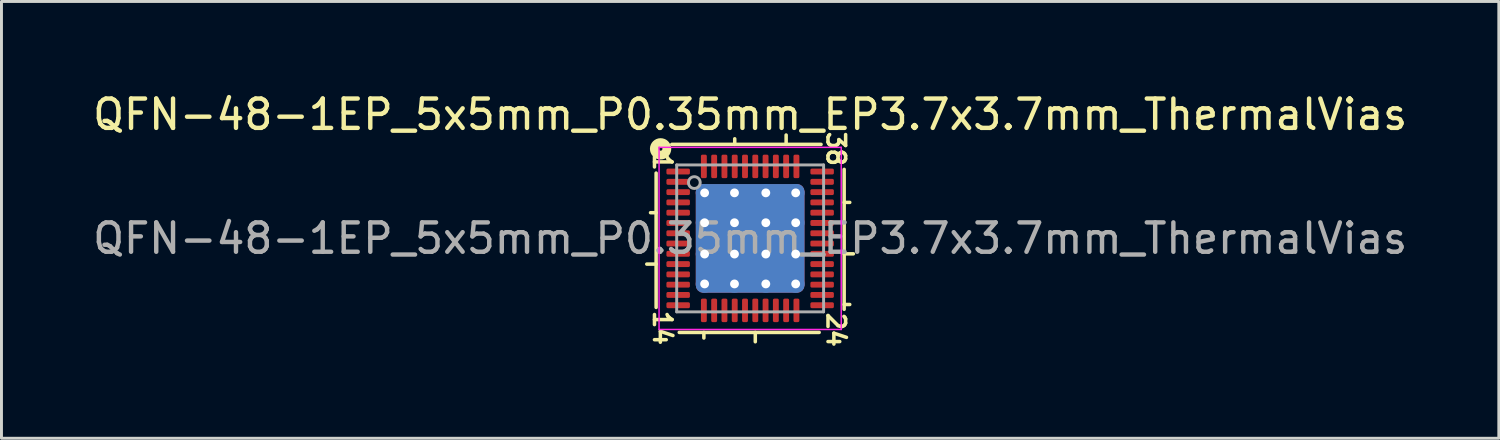
<source format=kicad_pcb>
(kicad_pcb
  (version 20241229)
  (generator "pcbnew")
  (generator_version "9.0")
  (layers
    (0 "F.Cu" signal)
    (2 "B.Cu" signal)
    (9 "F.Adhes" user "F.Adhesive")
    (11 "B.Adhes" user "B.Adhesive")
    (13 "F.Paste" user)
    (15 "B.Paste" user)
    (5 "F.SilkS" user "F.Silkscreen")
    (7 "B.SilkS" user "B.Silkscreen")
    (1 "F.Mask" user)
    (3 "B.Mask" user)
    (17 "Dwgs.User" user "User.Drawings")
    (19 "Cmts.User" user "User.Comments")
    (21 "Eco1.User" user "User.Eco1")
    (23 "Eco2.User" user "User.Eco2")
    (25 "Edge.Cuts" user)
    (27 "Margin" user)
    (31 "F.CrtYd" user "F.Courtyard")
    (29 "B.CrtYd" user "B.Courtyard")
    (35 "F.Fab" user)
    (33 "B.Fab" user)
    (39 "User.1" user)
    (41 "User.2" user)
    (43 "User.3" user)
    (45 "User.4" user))
  (footprint "QFN-48-1EP_5x5mm_P0.35mm_EP3.7x3.7mm_ThermalVias"
    (layer "F.Cu")
    (at 22.482 5.064)
    (property "Reference" "QFN-48-1EP_5x5mm_P0.35mm_EP3.7x3.7mm_ThermalVias" (at 0 -4.216 0) (layer "F.SilkS") (effects (font (size 1 1) (thickness 0.15))))
    (attr smd)
    (fp_line (start -3.2 -2.223) (end -3.2 2.349) (stroke (width 0.12) (type solid)) (layer "F.SilkS"))
    (fp_line (start -3.2 -0.875) (end -3.39 -0.875) (stroke (width 0.12) (type solid)) (layer "F.SilkS"))
    (fp_line (start -3.2 0.875) (end -3.518 0.875) (stroke (width 0.12) (type solid)) (layer "F.SilkS"))
    (fp_line (start -2.413 3.2) (end 2.349 3.2) (stroke (width 0.12) (type solid)) (layer "F.SilkS"))
    (fp_line (start -1.575 3.2) (end -1.575 3.39) (stroke (width 0.12) (type solid)) (layer "F.SilkS"))
    (fp_line (start -0.525 -3.2) (end -0.525 -3.39) (stroke (width 0.12) (type solid)) (layer "F.SilkS"))
    (fp_line (start 0.175 3.2) (end 0.175 3.518) (stroke (width 0.12) (type solid)) (layer "F.SilkS"))
    (fp_line (start 1.225 -3.2) (end 1.225 -3.518) (stroke (width 0.12) (type solid)) (layer "F.SilkS"))
    (fp_line (start 2.413 -3.2) (end -2.667 -3.2) (stroke (width 0.12) (type solid)) (layer "F.SilkS"))
    (fp_line (start 3.2 -1.225) (end 3.39 -1.225) (stroke (width 0.12) (type solid)) (layer "F.SilkS"))
    (fp_line (start 3.2 0.525) (end 3.514 0.525) (stroke (width 0.12) (type solid)) (layer "F.SilkS"))
    (fp_line (start 3.2 2.25) (end 3.39 2.25) (stroke (width 0.12) (type solid)) (layer "F.SilkS"))
    (fp_line (start 3.2 2.413) (end 3.2 -2.349) (stroke (width 0.12) (type solid)) (layer "F.SilkS"))
    (fp_circle (center -3.048 -3.048) (end -2.985 -3.048) (stroke (width 0.3) (type solid)) (fill no) (layer "F.SilkS"))
    (fp_line (start -3.1 -3.1) (end -3.1 3.1) (stroke (width 0.05) (type solid)) (layer "F.CrtYd"))
    (fp_line (start -3.1 3.1) (end 3.1 3.1) (stroke (width 0.05) (type solid)) (layer "F.CrtYd"))
    (fp_line (start 3.1 -3.1) (end -3.1 -3.1) (stroke (width 0.05) (type solid)) (layer "F.CrtYd"))
    (fp_line (start 3.1 3.1) (end 3.1 -3.1) (stroke (width 0.05) (type solid)) (layer "F.CrtYd"))
    (fp_line (start -2.5 -2.5) (end 2.5 -2.5) (stroke (width 0.1) (type solid)) (layer "F.Fab"))
    (fp_line (start -2.5 2.5) (end -2.5 -2.5) (stroke (width 0.1) (type solid)) (layer "F.Fab"))
    (fp_line (start 2.5 -2.5) (end 2.5 2.5) (stroke (width 0.1) (type solid)) (layer "F.Fab"))
    (fp_line (start 2.5 2.5) (end -2.5 2.5) (stroke (width 0.1) (type solid)) (layer "F.Fab"))
    (fp_circle (center -1.9 -1.9) (end -1.7 -1.9) (stroke (width 0.1) (type solid)) (fill no) (layer "F.Fab"))
    (fp_text user "14" (at -2.985 3.048 270) (unlocked yes) (layer "F.SilkS") (effects (font (size 0.6 0.6) (thickness 0.12))))
    (fp_text user "24" (at 2.921 3.111 270) (unlocked yes) (layer "F.SilkS") (effects (font (size 0.6 0.6) (thickness 0.12))))
    (fp_text user "1" (at -2.985 -2.603 270) (unlocked yes) (layer "F.SilkS") (effects (font (size 0.6 0.6) (thickness 0.12))))
    (fp_text user "38" (at 2.921 -3.048 270) (unlocked yes) (layer "F.SilkS") (effects (font (size 0.6 0.6) (thickness 0.12))))
    (fp_text user "${REFERENCE}" (at 0 0 0) (layer "F.Fab") (effects (font (size 1 1) (thickness 0.15))))
    (pad "" smd custom (at -1.067 -1.067) (size 0.834 0.834) (layers "F.Paste") (options (anchor circle)) (primitives (gr_poly (pts (xy 0.356 -0.256) (xy 0.356 0.256) (xy 0.256 0.356) (xy -0.256 0.356) (xy -0.356 0.256) (xy -0.356 -0.256) (xy -0.256 -0.356) (xy 0.256 -0.356)) (width 0.243) (fill yes))))
    (pad "" smd custom (at -1.067 0) (size 0.834 0.834) (layers "F.Paste") (options (anchor circle)) (primitives (gr_poly (pts (xy 0.356 -0.256) (xy 0.356 0.256) (xy 0.256 0.356) (xy -0.256 0.356) (xy -0.356 0.256) (xy -0.356 -0.256) (xy -0.256 -0.356) (xy 0.256 -0.356)) (width 0.243) (fill yes))))
    (pad "" smd custom (at -1.067 1.067) (size 0.834 0.834) (layers "F.Paste") (options (anchor circle)) (primitives (gr_poly (pts (xy 0.356 -0.256) (xy 0.356 0.256) (xy 0.256 0.356) (xy -0.256 0.356) (xy -0.356 0.256) (xy -0.356 -0.256) (xy -0.256 -0.356) (xy 0.256 -0.356)) (width 0.243) (fill yes))))
    (pad "" smd custom (at 0 -1.067) (size 0.834 0.834) (layers "F.Paste") (options (anchor circle)) (primitives (gr_poly (pts (xy 0.356 -0.256) (xy 0.356 0.256) (xy 0.256 0.356) (xy -0.256 0.356) (xy -0.356 0.256) (xy -0.356 -0.256) (xy -0.256 -0.356) (xy 0.256 -0.356)) (width 0.243) (fill yes))))
    (pad "" smd custom (at 0 0) (size 0.834 0.834) (layers "F.Paste") (options (anchor circle)) (primitives (gr_poly (pts (xy 0.356 -0.256) (xy 0.356 0.256) (xy 0.256 0.356) (xy -0.256 0.356) (xy -0.356 0.256) (xy -0.356 -0.256) (xy -0.256 -0.356) (xy 0.256 -0.356)) (width 0.243) (fill yes))))
    (pad "" smd custom (at 0 1.067) (size 0.834 0.834) (layers "F.Paste") (options (anchor circle)) (primitives (gr_poly (pts (xy 0.356 -0.256) (xy 0.356 0.256) (xy 0.256 0.356) (xy -0.256 0.356) (xy -0.356 0.256) (xy -0.356 -0.256) (xy -0.256 -0.356) (xy 0.256 -0.356)) (width 0.243) (fill yes))))
    (pad "" smd custom (at 1.067 -1.067) (size 0.834 0.834) (layers "F.Paste") (options (anchor circle)) (primitives (gr_poly (pts (xy 0.356 -0.256) (xy 0.356 0.256) (xy 0.256 0.356) (xy -0.256 0.356) (xy -0.356 0.256) (xy -0.356 -0.256) (xy -0.256 -0.356) (xy 0.256 -0.356)) (width 0.243) (fill yes))))
    (pad "" smd custom (at 1.067 0) (size 0.834 0.834) (layers "F.Paste") (options (anchor circle)) (primitives (gr_poly (pts (xy 0.356 -0.256) (xy 0.356 0.256) (xy 0.256 0.356) (xy -0.256 0.356) (xy -0.356 0.256) (xy -0.356 -0.256) (xy -0.256 -0.356) (xy 0.256 -0.356)) (width 0.243) (fill yes))))
    (pad "" smd custom (at 1.067 1.067) (size 0.834 0.834) (layers "F.Paste") (options (anchor circle)) (primitives (gr_poly (pts (xy 0.356 -0.256) (xy 0.356 0.256) (xy 0.256 0.356) (xy -0.256 0.356) (xy -0.356 0.256) (xy -0.356 -0.256) (xy -0.256 -0.356) (xy 0.256 -0.356)) (width 0.243) (fill yes))))
    (pad "1" smd roundrect (at -2.45 -2.275) (size 0.8 0.2) (layers "F.Cu" "F.Mask" "F.Paste") (roundrect_rratio 0.25))
    (pad "2" smd roundrect (at -2.45 -1.925) (size 0.8 0.2) (layers "F.Cu" "F.Mask" "F.Paste") (roundrect_rratio 0.25))
    (pad "3" smd roundrect (at -2.45 -1.575) (size 0.8 0.2) (layers "F.Cu" "F.Mask" "F.Paste") (roundrect_rratio 0.25))
    (pad "4" smd roundrect (at -2.45 -1.225) (size 0.8 0.2) (layers "F.Cu" "F.Mask" "F.Paste") (roundrect_rratio 0.25))
    (pad "5" smd roundrect (at -2.45 -0.875) (size 0.8 0.2) (layers "F.Cu" "F.Mask" "F.Paste") (roundrect_rratio 0.25))
    (pad "6" smd roundrect (at -2.45 -0.525) (size 0.8 0.2) (layers "F.Cu" "F.Mask" "F.Paste") (roundrect_rratio 0.25))
    (pad "7" smd roundrect (at -2.45 -0.175) (size 0.8 0.2) (layers "F.Cu" "F.Mask" "F.Paste") (roundrect_rratio 0.25))
    (pad "8" smd roundrect (at -2.45 0.175) (size 0.8 0.2) (layers "F.Cu" "F.Mask" "F.Paste") (roundrect_rratio 0.25))
    (pad "9" smd roundrect (at -2.45 0.525) (size 0.8 0.2) (layers "F.Cu" "F.Mask" "F.Paste") (roundrect_rratio 0.25))
    (pad "10" smd roundrect (at -2.45 0.875) (size 0.8 0.2) (layers "F.Cu" "F.Mask" "F.Paste") (roundrect_rratio 0.25))
    (pad "11" smd roundrect (at -2.45 1.225) (size 0.8 0.2) (layers "F.Cu" "F.Mask" "F.Paste") (roundrect_rratio 0.25))
    (pad "12" smd roundrect (at -2.45 1.575) (size 0.8 0.2) (layers "F.Cu" "F.Mask" "F.Paste") (roundrect_rratio 0.25))
    (pad "13" smd roundrect (at -2.45 1.925) (size 0.8 0.2) (layers "F.Cu" "F.Mask" "F.Paste") (roundrect_rratio 0.25))
    (pad "14" smd roundrect (at -2.45 2.275) (size 0.8 0.2) (layers "F.Cu" "F.Mask" "F.Paste") (roundrect_rratio 0.25))
    (pad "15" smd roundrect (at -1.575 2.45) (size 0.2 0.8) (layers "F.Cu" "F.Mask" "F.Paste") (roundrect_rratio 0.25))
    (pad "16" smd roundrect (at -1.225 2.45) (size 0.2 0.8) (layers "F.Cu" "F.Mask" "F.Paste") (roundrect_rratio 0.25))
    (pad "17" smd roundrect (at -0.875 2.45) (size 0.2 0.8) (layers "F.Cu" "F.Mask" "F.Paste") (roundrect_rratio 0.25))
    (pad "18" smd roundrect (at -0.525 2.45) (size 0.2 0.8) (layers "F.Cu" "F.Mask" "F.Paste") (roundrect_rratio 0.25))
    (pad "19" smd roundrect (at -0.175 2.45) (size 0.2 0.8) (layers "F.Cu" "F.Mask" "F.Paste") (roundrect_rratio 0.25))
    (pad "20" smd roundrect (at 0.175 2.45) (size 0.2 0.8) (layers "F.Cu" "F.Mask" "F.Paste") (roundrect_rratio 0.25))
    (pad "21" smd roundrect (at 0.525 2.45) (size 0.2 0.8) (layers "F.Cu" "F.Mask" "F.Paste") (roundrect_rratio 0.25))
    (pad "22" smd roundrect (at 0.875 2.45) (size 0.2 0.8) (layers "F.Cu" "F.Mask" "F.Paste") (roundrect_rratio 0.25))
    (pad "23" smd roundrect (at 1.225 2.45) (size 0.2 0.8) (layers "F.Cu" "F.Mask" "F.Paste") (roundrect_rratio 0.25))
    (pad "24" smd roundrect (at 1.575 2.45) (size 0.2 0.8) (layers "F.Cu" "F.Mask" "F.Paste") (roundrect_rratio 0.25))
    (pad "25" smd roundrect (at 2.45 2.275) (size 0.8 0.2) (layers "F.Cu" "F.Mask" "F.Paste") (roundrect_rratio 0.25))
    (pad "26" smd roundrect (at 2.45 1.925) (size 0.8 0.2) (layers "F.Cu" "F.Mask" "F.Paste") (roundrect_rratio 0.25))
    (pad "27" smd roundrect (at 2.45 1.575) (size 0.8 0.2) (layers "F.Cu" "F.Mask" "F.Paste") (roundrect_rratio 0.25))
    (pad "28" smd roundrect (at 2.45 1.225) (size 0.8 0.2) (layers "F.Cu" "F.Mask" "F.Paste") (roundrect_rratio 0.25))
    (pad "29" smd roundrect (at 2.45 0.875) (size 0.8 0.2) (layers "F.Cu" "F.Mask" "F.Paste") (roundrect_rratio 0.25))
    (pad "30" smd roundrect (at 2.45 0.525) (size 0.8 0.2) (layers "F.Cu" "F.Mask" "F.Paste") (roundrect_rratio 0.25))
    (pad "31" smd roundrect (at 2.45 0.175) (size 0.8 0.2) (layers "F.Cu" "F.Mask" "F.Paste") (roundrect_rratio 0.25))
    (pad "32" smd roundrect (at 2.45 -0.175) (size 0.8 0.2) (layers "F.Cu" "F.Mask" "F.Paste") (roundrect_rratio 0.25))
    (pad "33" smd roundrect (at 2.45 -0.525) (size 0.8 0.2) (layers "F.Cu" "F.Mask" "F.Paste") (roundrect_rratio 0.25))
    (pad "34" smd roundrect (at 2.45 -0.875) (size 0.8 0.2) (layers "F.Cu" "F.Mask" "F.Paste") (roundrect_rratio 0.25))
    (pad "35" smd roundrect (at 2.45 -1.225) (size 0.8 0.2) (layers "F.Cu" "F.Mask" "F.Paste") (roundrect_rratio 0.25))
    (pad "36" smd roundrect (at 2.45 -1.575) (size 0.8 0.2) (layers "F.Cu" "F.Mask" "F.Paste") (roundrect_rratio 0.25))
    (pad "37" smd roundrect (at 2.45 -1.925) (size 0.8 0.2) (layers "F.Cu" "F.Mask" "F.Paste") (roundrect_rratio 0.25))
    (pad "38" smd roundrect (at 2.45 -2.275) (size 0.8 0.2) (layers "F.Cu" "F.Mask" "F.Paste") (roundrect_rratio 0.25))
    (pad "39" smd roundrect (at 1.575 -2.45) (size 0.2 0.8) (layers "F.Cu" "F.Mask" "F.Paste") (roundrect_rratio 0.25))
    (pad "40" smd roundrect (at 1.225 -2.45) (size 0.2 0.8) (layers "F.Cu" "F.Mask" "F.Paste") (roundrect_rratio 0.25))
    (pad "41" smd roundrect (at 0.875 -2.45) (size 0.2 0.8) (layers "F.Cu" "F.Mask" "F.Paste") (roundrect_rratio 0.25))
    (pad "42" smd roundrect (at 0.525 -2.45) (size 0.2 0.8) (layers "F.Cu" "F.Mask" "F.Paste") (roundrect_rratio 0.25))
    (pad "43" smd roundrect (at 0.175 -2.45) (size 0.2 0.8) (layers "F.Cu" "F.Mask" "F.Paste") (roundrect_rratio 0.25))
    (pad "44" smd roundrect (at -0.175 -2.45) (size 0.2 0.8) (layers "F.Cu" "F.Mask" "F.Paste") (roundrect_rratio 0.25))
    (pad "45" smd roundrect (at -0.525 -2.45) (size 0.2 0.8) (layers "F.Cu" "F.Mask" "F.Paste") (roundrect_rratio 0.25))
    (pad "46" smd roundrect (at -0.875 -2.45) (size 0.2 0.8) (layers "F.Cu" "F.Mask" "F.Paste") (roundrect_rratio 0.25))
    (pad "47" smd roundrect (at -1.225 -2.45) (size 0.2 0.8) (layers "F.Cu" "F.Mask" "F.Paste") (roundrect_rratio 0.25))
    (pad "48" smd roundrect (at -1.575 -2.45) (size 0.2 0.8) (layers "F.Cu" "F.Mask" "F.Paste") (roundrect_rratio 0.25))
    (pad "49" thru_hole circle (at -1.55 -1.55) (size 0.6 0.6) (drill 0.3) (property pad_prop_heatsink) (layers "*.Cu"))
    (pad "49" thru_hole circle (at -1.55 -0.533) (size 0.6 0.6) (drill 0.3) (property pad_prop_heatsink) (layers "*.Cu"))
    (pad "49" thru_hole circle (at -1.55 0.533) (size 0.6 0.6) (drill 0.3) (property pad_prop_heatsink) (layers "*.Cu"))
    (pad "49" thru_hole circle (at -1.55 1.55) (size 0.6 0.6) (drill 0.3) (property pad_prop_heatsink) (layers "*.Cu"))
    (pad "49" thru_hole circle (at -0.533 -1.55) (size 0.6 0.6) (drill 0.3) (property pad_prop_heatsink) (layers "*.Cu"))
    (pad "49" thru_hole circle (at -0.533 -0.533) (size 0.6 0.6) (drill 0.3) (property pad_prop_heatsink) (layers "*.Cu"))
    (pad "49" thru_hole circle (at -0.533 0.533) (size 0.6 0.6) (drill 0.3) (property pad_prop_heatsink) (layers "*.Cu"))
    (pad "49" thru_hole circle (at -0.533 1.55) (size 0.6 0.6) (drill 0.3) (property pad_prop_heatsink) (layers "*.Cu"))
    (pad "49" smd roundrect (at 0 0) (size 3.7 3.7) (layers "F.Cu" "F.Mask") (roundrect_rratio 0.068))
    (pad "49" smd roundrect (at 0 0) (size 3.7 3.7) (layers "B.Cu" "B.Mask") (roundrect_rratio 0.068))
    (pad "49" thru_hole circle (at 0.533 -1.55) (size 0.6 0.6) (drill 0.3) (property pad_prop_heatsink) (layers "*.Cu"))
    (pad "49" thru_hole circle (at 0.533 -0.533) (size 0.6 0.6) (drill 0.3) (property pad_prop_heatsink) (layers "*.Cu"))
    (pad "49" thru_hole circle (at 0.533 0.533) (size 0.6 0.6) (drill 0.3) (property pad_prop_heatsink) (layers "*.Cu"))
    (pad "49" thru_hole circle (at 0.533 1.55) (size 0.6 0.6) (drill 0.3) (property pad_prop_heatsink) (layers "*.Cu"))
    (pad "49" thru_hole circle (at 1.55 -1.55) (size 0.6 0.6) (drill 0.3) (property pad_prop_heatsink) (layers "*.Cu"))
    (pad "49" thru_hole circle (at 1.55 -0.533) (size 0.6 0.6) (drill 0.3) (property pad_prop_heatsink) (layers "*.Cu"))
    (pad "49" thru_hole circle (at 1.55 0.533) (size 0.6 0.6) (drill 0.3) (property pad_prop_heatsink) (layers "*.Cu"))
    (pad "49" thru_hole circle (at 1.55 1.55) (size 0.6 0.6) (drill 0.3) (property pad_prop_heatsink) (layers "*.Cu")))
  (gr_rect
    (start -3 -3)
    (end 47.964 11.867)
    (stroke (width 0.1) (type default))
    (fill no)
    (layer "Edge.Cuts")))
</source>
